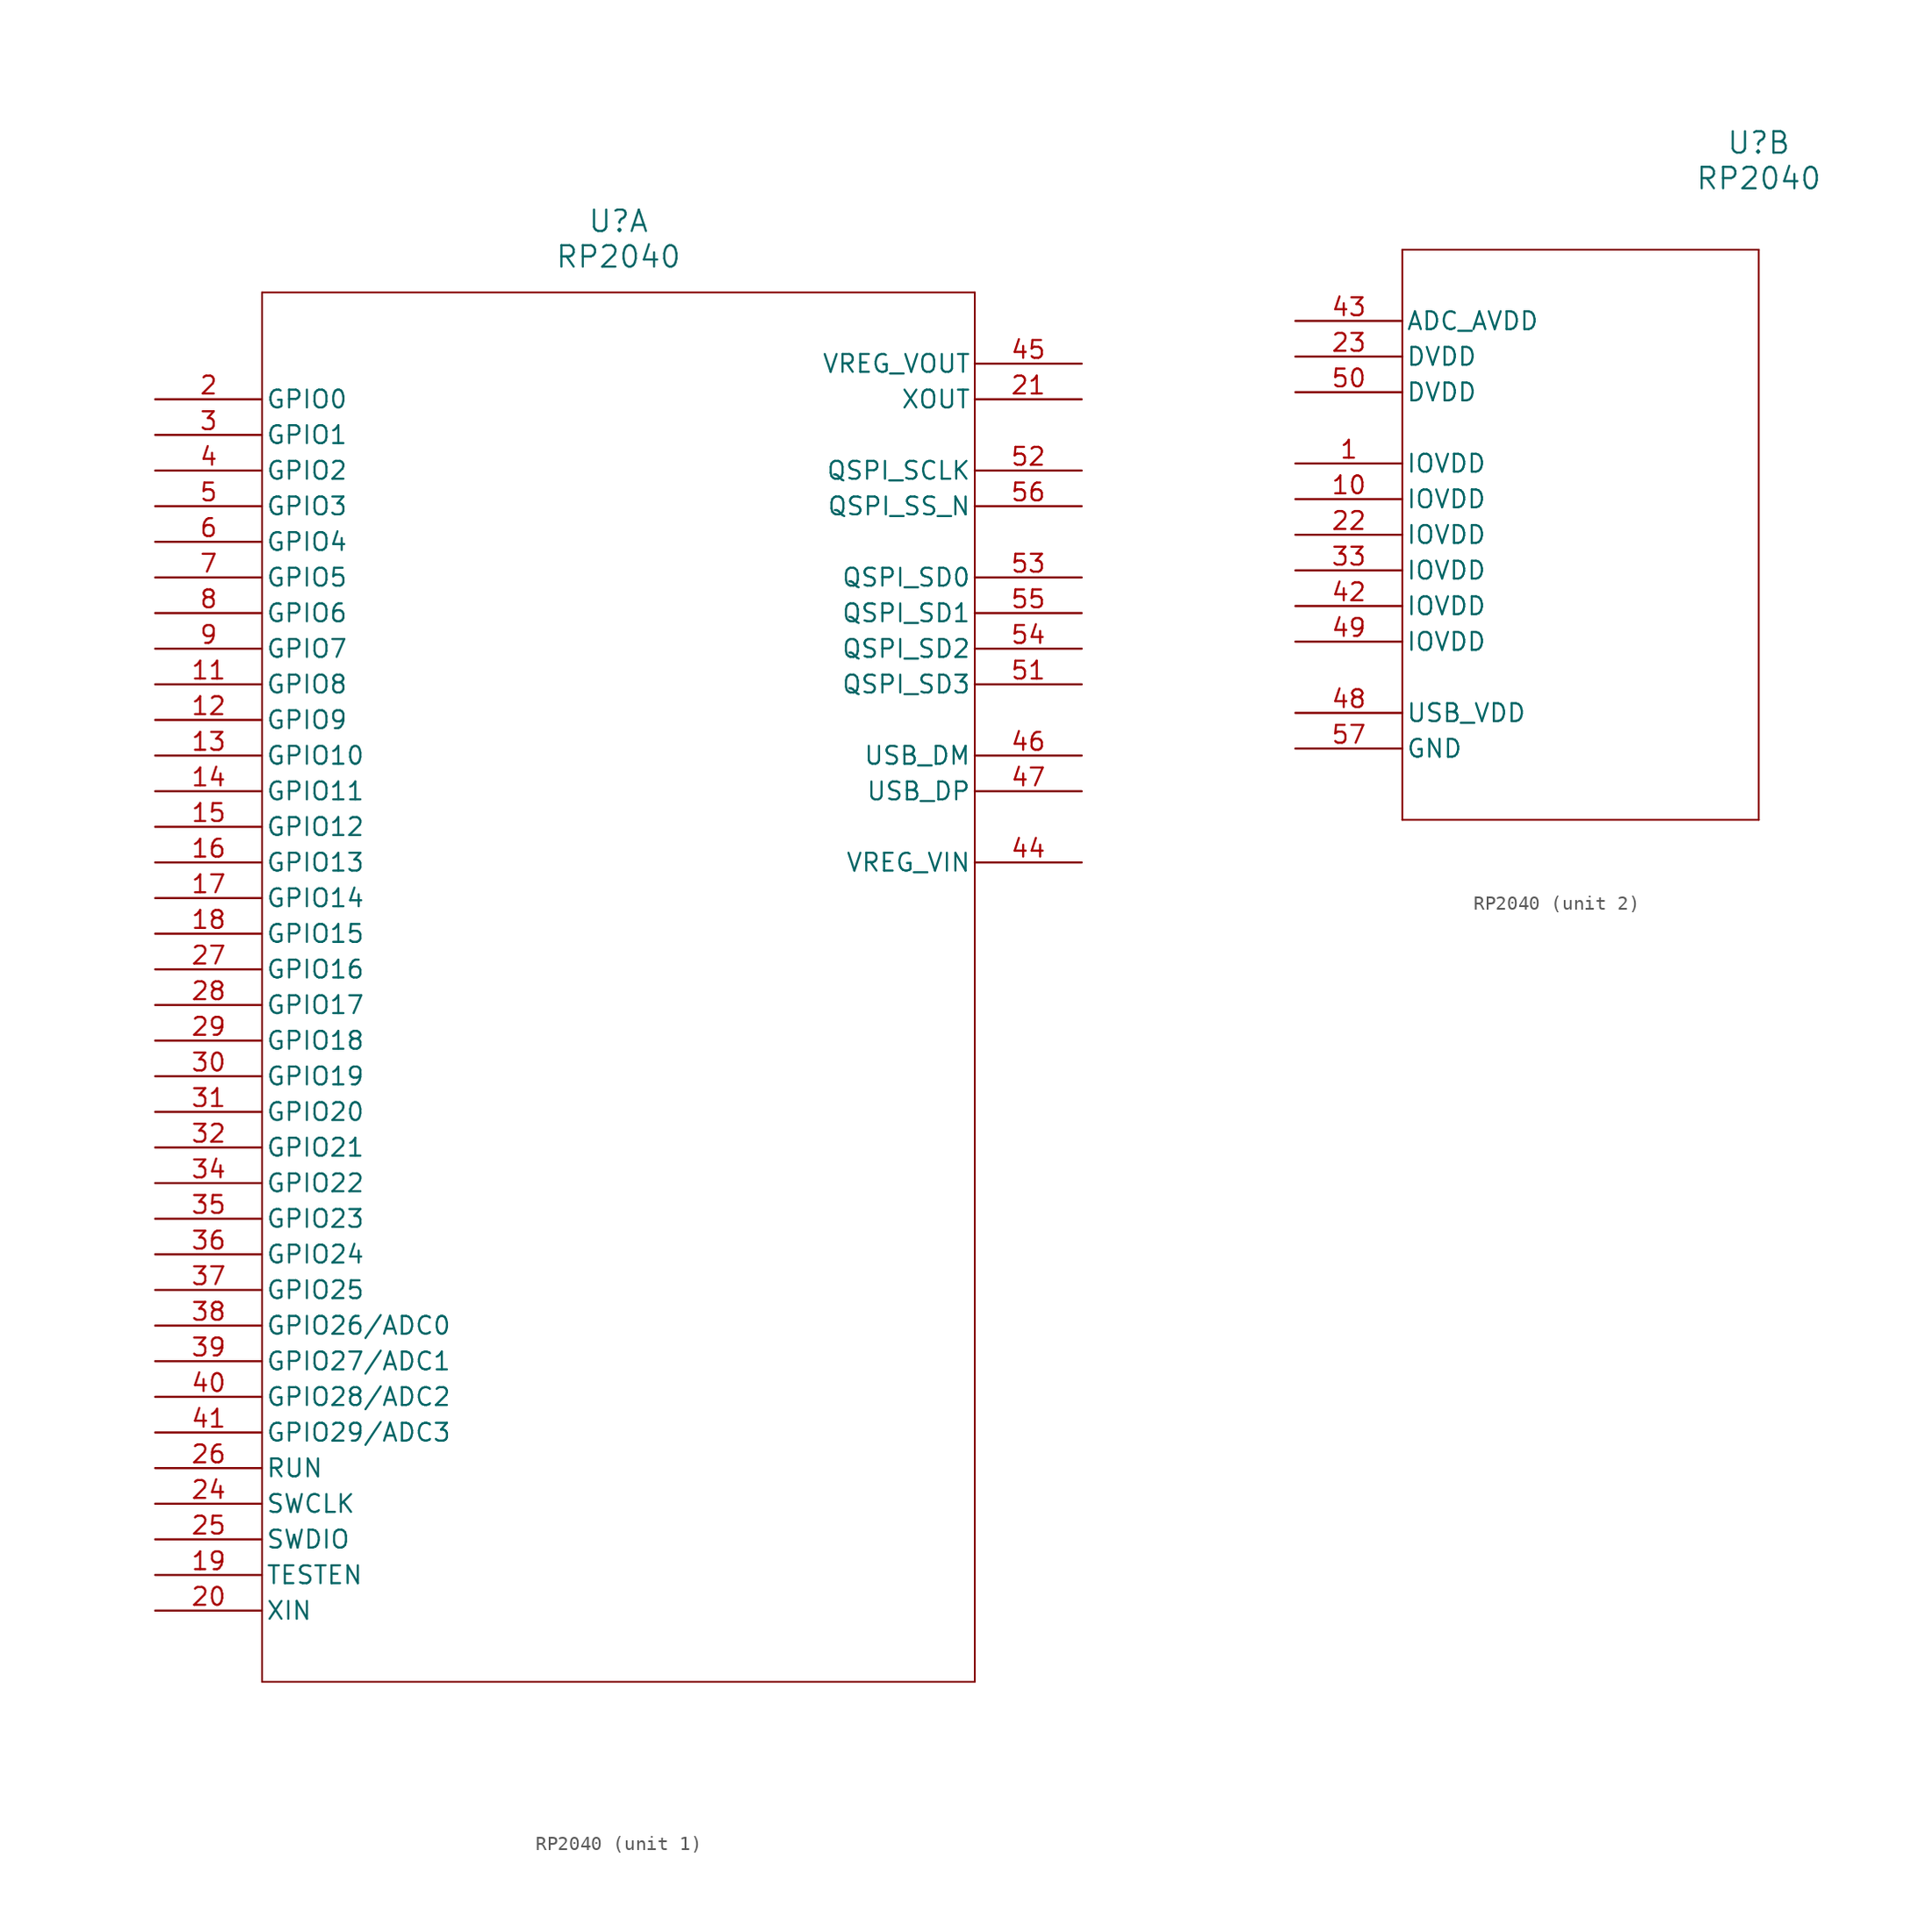
<source format=kicad_sym>
(kicad_symbol_lib
  (version 20211014)
  (generator kicad_symbol_editor)
  (symbol "RP2040"
    (pin_names
      (offset 0.254))
    (property "Reference" "U"
      (at 33.02 12.7 0)
      (effects (font (size 1.524 1.524))))
    (property "Value" "RP2040"
      (at 33.02 10.16 0)
      (effects (font (size 1.524 1.524))))
    (symbol "RP2040_1_1"
      (polyline (pts (xy 7.62 7.62) (xy 7.62 -91.44)) (stroke (width 0.127) (type default) (color 0 0 0 0)) (fill (type none)))
      (polyline (pts (xy 7.62 -91.44) (xy 58.42 -91.44)) (stroke (width 0.127) (type default) (color 0 0 0 0)) (fill (type none)))
      (polyline (pts (xy 58.42 -91.44) (xy 58.42 7.62)) (stroke (width 0.127) (type default) (color 0 0 0 0)) (fill (type none)))
      (polyline (pts (xy 58.42 7.62) (xy 7.62 7.62)) (stroke (width 0.127) (type default) (color 0 0 0 0)) (fill (type none)))
      (pin bidirectional line (at 0 0 0) (length 7.62) (name "GPIO0" (effects (font (size 1.27 1.27)))) (number "2" (effects (font (size 1.27 1.27)))))
      (pin bidirectional line (at 0 -2.54 0) (length 7.62) (name "GPIO1" (effects (font (size 1.27 1.27)))) (number "3" (effects (font (size 1.27 1.27)))))
      (pin bidirectional line (at 0 -5.08 0) (length 7.62) (name "GPIO2" (effects (font (size 1.27 1.27)))) (number "4" (effects (font (size 1.27 1.27)))))
      (pin bidirectional line (at 0 -7.62 0) (length 7.62) (name "GPIO3" (effects (font (size 1.27 1.27)))) (number "5" (effects (font (size 1.27 1.27)))))
      (pin bidirectional line (at 0 -10.16 0) (length 7.62) (name "GPIO4" (effects (font (size 1.27 1.27)))) (number "6" (effects (font (size 1.27 1.27)))))
      (pin bidirectional line (at 0 -12.7 0) (length 7.62) (name "GPIO5" (effects (font (size 1.27 1.27)))) (number "7" (effects (font (size 1.27 1.27)))))
      (pin bidirectional line (at 0 -15.24 0) (length 7.62) (name "GPIO6" (effects (font (size 1.27 1.27)))) (number "8" (effects (font (size 1.27 1.27)))))
      (pin bidirectional line (at 0 -17.78 0) (length 7.62) (name "GPIO7" (effects (font (size 1.27 1.27)))) (number "9" (effects (font (size 1.27 1.27)))))
      (pin bidirectional line (at 0 -20.32 0) (length 7.62) (name "GPIO8" (effects (font (size 1.27 1.27)))) (number "11" (effects (font (size 1.27 1.27)))))
      (pin bidirectional line (at 0 -22.86 0) (length 7.62) (name "GPIO9" (effects (font (size 1.27 1.27)))) (number "12" (effects (font (size 1.27 1.27)))))
      (pin bidirectional line (at 0 -25.4 0) (length 7.62) (name "GPIO10" (effects (font (size 1.27 1.27)))) (number "13" (effects (font (size 1.27 1.27)))))
      (pin bidirectional line (at 0 -27.94 0) (length 7.62) (name "GPIO11" (effects (font (size 1.27 1.27)))) (number "14" (effects (font (size 1.27 1.27)))))
      (pin bidirectional line (at 0 -30.48 0) (length 7.62) (name "GPIO12" (effects (font (size 1.27 1.27)))) (number "15" (effects (font (size 1.27 1.27)))))
      (pin bidirectional line (at 0 -33.02 0) (length 7.62) (name "GPIO13" (effects (font (size 1.27 1.27)))) (number "16" (effects (font (size 1.27 1.27)))))
      (pin bidirectional line (at 0 -35.56 0) (length 7.62) (name "GPIO14" (effects (font (size 1.27 1.27)))) (number "17" (effects (font (size 1.27 1.27)))))
      (pin bidirectional line (at 0 -38.1 0) (length 7.62) (name "GPIO15" (effects (font (size 1.27 1.27)))) (number "18" (effects (font (size 1.27 1.27)))))
      (pin unspecified line (at 0 -83.82 0) (length 7.62) (name "TESTEN" (effects (font (size 1.27 1.27)))) (number "19" (effects (font (size 1.27 1.27)))))
      (pin unspecified line (at 0 -86.36 0) (length 7.62) (name "XIN" (effects (font (size 1.27 1.27)))) (number "20" (effects (font (size 1.27 1.27)))))
      (pin output line (at 66.04 0 180) (length 7.62) (name "XOUT" (effects (font (size 1.27 1.27)))) (number "21" (effects (font (size 1.27 1.27)))))
      (pin unspecified line (at 0 -78.74 0) (length 7.62) (name "SWCLK" (effects (font (size 1.27 1.27)))) (number "24" (effects (font (size 1.27 1.27)))))
      (pin unspecified line (at 0 -81.28 0) (length 7.62) (name "SWDIO" (effects (font (size 1.27 1.27)))) (number "25" (effects (font (size 1.27 1.27)))))
      (pin unspecified line (at 0 -76.2 0) (length 7.62) (name "RUN" (effects (font (size 1.27 1.27)))) (number "26" (effects (font (size 1.27 1.27)))))
      (pin bidirectional line (at 0 -40.64 0) (length 7.62) (name "GPIO16" (effects (font (size 1.27 1.27)))) (number "27" (effects (font (size 1.27 1.27)))))
      (pin bidirectional line (at 0 -43.18 0) (length 7.62) (name "GPIO17" (effects (font (size 1.27 1.27)))) (number "28" (effects (font (size 1.27 1.27)))))
      (pin bidirectional line (at 0 -45.72 0) (length 7.62) (name "GPIO18" (effects (font (size 1.27 1.27)))) (number "29" (effects (font (size 1.27 1.27)))))
      (pin bidirectional line (at 0 -48.26 0) (length 7.62) (name "GPIO19" (effects (font (size 1.27 1.27)))) (number "30" (effects (font (size 1.27 1.27)))))
      (pin bidirectional line (at 0 -50.8 0) (length 7.62) (name "GPIO20" (effects (font (size 1.27 1.27)))) (number "31" (effects (font (size 1.27 1.27)))))
      (pin bidirectional line (at 0 -53.34 0) (length 7.62) (name "GPIO21" (effects (font (size 1.27 1.27)))) (number "32" (effects (font (size 1.27 1.27)))))
      (pin bidirectional line (at 0 -55.88 0) (length 7.62) (name "GPIO22" (effects (font (size 1.27 1.27)))) (number "34" (effects (font (size 1.27 1.27)))))
      (pin bidirectional line (at 0 -58.42 0) (length 7.62) (name "GPIO23" (effects (font (size 1.27 1.27)))) (number "35" (effects (font (size 1.27 1.27)))))
      (pin bidirectional line (at 0 -60.96 0) (length 7.62) (name "GPIO24" (effects (font (size 1.27 1.27)))) (number "36" (effects (font (size 1.27 1.27)))))
      (pin bidirectional line (at 0 -63.5 0) (length 7.62) (name "GPIO25" (effects (font (size 1.27 1.27)))) (number "37" (effects (font (size 1.27 1.27)))))
      (pin bidirectional line (at 0 -66.04 0) (length 7.62) (name "GPIO26/ADC0" (effects (font (size 1.27 1.27)))) (number "38" (effects (font (size 1.27 1.27)))))
      (pin bidirectional line (at 0 -68.58 0) (length 7.62) (name "GPIO27/ADC1" (effects (font (size 1.27 1.27)))) (number "39" (effects (font (size 1.27 1.27)))))
      (pin bidirectional line (at 0 -71.12 0) (length 7.62) (name "GPIO28/ADC2" (effects (font (size 1.27 1.27)))) (number "40" (effects (font (size 1.27 1.27)))))
      (pin bidirectional line (at 0 -73.66 0) (length 7.62) (name "GPIO29/ADC3" (effects (font (size 1.27 1.27)))) (number "41" (effects (font (size 1.27 1.27)))))
      (pin unspecified line (at 66.04 -33.02 180) (length 7.62) (name "VREG_VIN" (effects (font (size 1.27 1.27)))) (number "44" (effects (font (size 1.27 1.27)))))
      (pin output line (at 66.04 2.54 180) (length 7.62) (name "VREG_VOUT" (effects (font (size 1.27 1.27)))) (number "45" (effects (font (size 1.27 1.27)))))
      (pin unspecified line (at 66.04 -25.4 180) (length 7.62) (name "USB_DM" (effects (font (size 1.27 1.27)))) (number "46" (effects (font (size 1.27 1.27)))))
      (pin unspecified line (at 66.04 -27.94 180) (length 7.62) (name "USB_DP" (effects (font (size 1.27 1.27)))) (number "47" (effects (font (size 1.27 1.27)))))
      (pin bidirectional line (at 66.04 -20.32 180) (length 7.62) (name "QSPI_SD3" (effects (font (size 1.27 1.27)))) (number "51" (effects (font (size 1.27 1.27)))))
      (pin unspecified line (at 66.04 -5.08 180) (length 7.62) (name "QSPI_SCLK" (effects (font (size 1.27 1.27)))) (number "52" (effects (font (size 1.27 1.27)))))
      (pin bidirectional line (at 66.04 -12.7 180) (length 7.62) (name "QSPI_SD0" (effects (font (size 1.27 1.27)))) (number "53" (effects (font (size 1.27 1.27)))))
      (pin bidirectional line (at 66.04 -17.78 180) (length 7.62) (name "QSPI_SD2" (effects (font (size 1.27 1.27)))) (number "54" (effects (font (size 1.27 1.27)))))
      (pin bidirectional line (at 66.04 -15.24 180) (length 7.62) (name "QSPI_SD1" (effects (font (size 1.27 1.27)))) (number "55" (effects (font (size 1.27 1.27)))))
      (pin unspecified line (at 66.04 -7.62 180) (length 7.62) (name "QSPI_SS_N" (effects (font (size 1.27 1.27)))) (number "56" (effects (font (size 1.27 1.27))))))
    (symbol "RP2040_2_1"
      (polyline (pts (xy 7.62 5.08) (xy 7.62 -35.56)) (stroke (width 0.127) (type default) (color 0 0 0 0)) (fill (type none)))
      (polyline (pts (xy 7.62 -35.56) (xy 33.02 -35.56)) (stroke (width 0.127) (type default) (color 0 0 0 0)) (fill (type none)))
      (polyline (pts (xy 33.02 -35.56) (xy 33.02 5.08)) (stroke (width 0.127) (type default) (color 0 0 0 0)) (fill (type none)))
      (polyline (pts (xy 33.02 5.08) (xy 7.62 5.08)) (stroke (width 0.127) (type default) (color 0 0 0 0)) (fill (type none)))
      (pin power_in line (at 0 -10.16 0) (length 7.62) (name "IOVDD" (effects (font (size 1.27 1.27)))) (number "1" (effects (font (size 1.27 1.27)))))
      (pin power_in line (at 0 -12.7 0) (length 7.62) (name "IOVDD" (effects (font (size 1.27 1.27)))) (number "10" (effects (font (size 1.27 1.27)))))
      (pin power_in line (at 0 -15.24 0) (length 7.62) (name "IOVDD" (effects (font (size 1.27 1.27)))) (number "22" (effects (font (size 1.27 1.27)))))
      (pin power_in line (at 0 -2.54 0) (length 7.62) (name "DVDD" (effects (font (size 1.27 1.27)))) (number "23" (effects (font (size 1.27 1.27)))))
      (pin power_in line (at 0 -17.78 0) (length 7.62) (name "IOVDD" (effects (font (size 1.27 1.27)))) (number "33" (effects (font (size 1.27 1.27)))))
      (pin power_in line (at 0 -20.32 0) (length 7.62) (name "IOVDD" (effects (font (size 1.27 1.27)))) (number "42" (effects (font (size 1.27 1.27)))))
      (pin power_in line (at 0 0 0) (length 7.62) (name "ADC_AVDD" (effects (font (size 1.27 1.27)))) (number "43" (effects (font (size 1.27 1.27)))))
      (pin power_in line (at 0 -27.94 0) (length 7.62) (name "USB_VDD" (effects (font (size 1.27 1.27)))) (number "48" (effects (font (size 1.27 1.27)))))
      (pin power_in line (at 0 -22.86 0) (length 7.62) (name "IOVDD" (effects (font (size 1.27 1.27)))) (number "49" (effects (font (size 1.27 1.27)))))
      (pin power_in line (at 0 -5.08 0) (length 7.62) (name "DVDD" (effects (font (size 1.27 1.27)))) (number "50" (effects (font (size 1.27 1.27)))))
      (pin power_out line (at 0 -30.48 0) (length 7.62) (name "GND" (effects (font (size 1.27 1.27)))) (number "57" (effects (font (size 1.27 1.27))))))))
</source>
